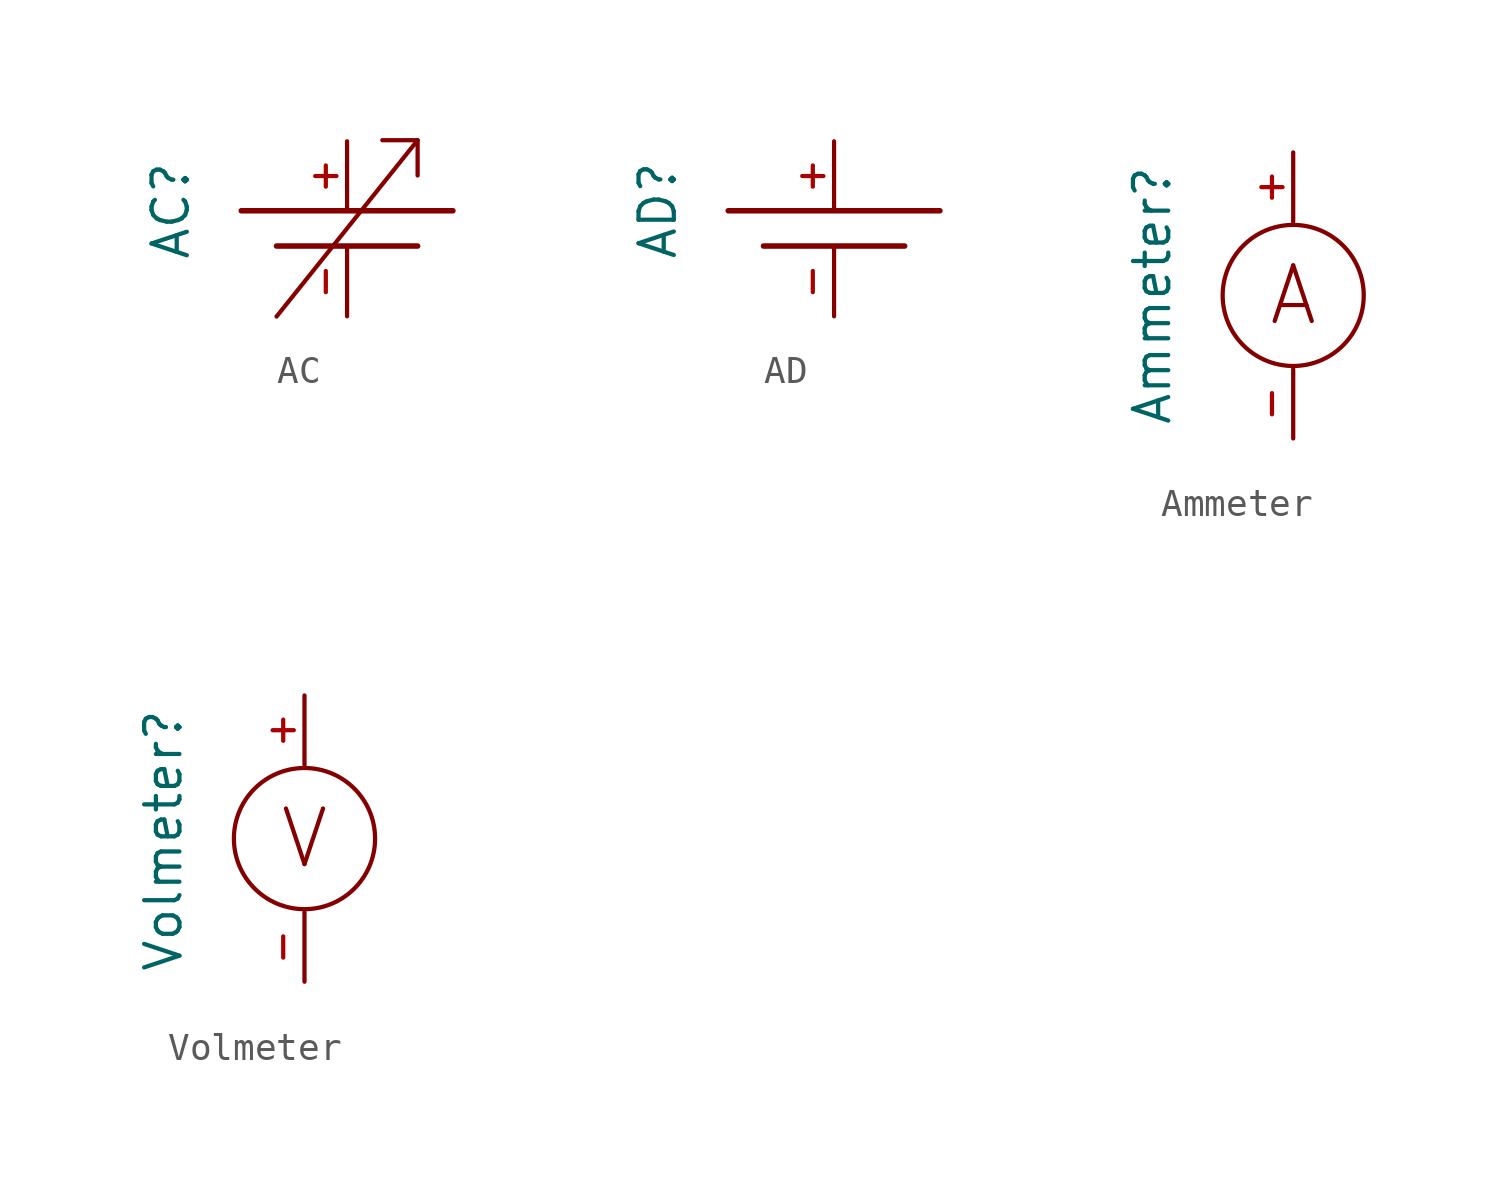
<source format=kicad_sym>
(kicad_symbol_lib
  (version 20220914)
  (generator kicad_symbol_editor)
  (symbol "AC"
    (property "Reference" "AC"
      (at -6.35 0 90)
      (effects (font (size 1.27 1.27))))
    (property "Value" ""
      (at 0 0 0)
      (effects (font (size 1.27 1.27))))
    (symbol "AC_1_1"
      (rectangle (start -3.81 0) (end 3.81 0) (stroke (width 0.2) (type default)) (fill (type outline)))
      (rectangle (start -2.54 -1.27) (end 2.54 -1.27) (stroke (width 0.2) (type default)) (fill (type outline)))
      (polyline (pts (xy -2.54 -3.81) (xy 2.54 2.54)) (stroke (width 0) (type default)) (fill (type none)))
      (polyline (pts (xy 1.27 2.54) (xy 2.54 2.54) (xy 2.54 1.27)) (stroke (width 0) (type default)) (fill (type none)))
      (pin passive line (at 0 2.5 270) (length 2.5) (name "" (effects (font (size 1 1)))) (number "+" (effects (font (size 1 1)))))
      (pin passive line (at 0 -3.8 90) (length 2.5) (name "" (effects (font (size 1 1)))) (number "-" (effects (font (size 1 1)))))))
  (symbol "AD"
    (property "Reference" "AD"
      (at -6.35 0 90)
      (effects (font (size 1.27 1.27))))
    (property "Value" ""
      (at 0 0 0)
      (effects (font (size 1.27 1.27))))
    (symbol "AD_1_1"
      (rectangle (start -3.81 -0.01) (end 3.81 -0.01) (stroke (width 0.2) (type default)) (fill (type outline)))
      (rectangle (start -2.54 -1.28) (end 2.54 -1.28) (stroke (width 0.2) (type default)) (fill (type outline)))
      (pin passive line (at 0 2.49 270) (length 2.5) (name "" (effects (font (size 1 1)))) (number "+" (effects (font (size 1 1)))))
      (pin passive line (at 0 -3.81 90) (length 2.5) (name "" (effects (font (size 1 1)))) (number "-" (effects (font (size 1 1)))))))
  (symbol "Ammeter"
    (property "Reference" "Ammeter"
      (at -5.08 0 90)
      (effects (font (size 1.27 1.27))))
    (property "Value" ""
      (at -6.35 0 0)
      (effects (font (size 1.27 1.27))))
    (symbol "Ammeter_0_1"
      (circle (center 0 0) (radius 2.54) (stroke (width 0) (type default)) (fill (type none))))
    (symbol "Ammeter_1_0"
      (text "A" (at 0 0 0) (effects (font (size 2 2)))))
    (symbol "Ammeter_1_1"
      (pin passive line (at 0 5.15 270) (length 2.5) (name "" (effects (font (size 1 1)))) (number "+" (effects (font (size 1 1)))))
      (pin passive line (at 0 -5.15 90) (length 2.5) (name "" (effects (font (size 1 1)))) (number "-" (effects (font (size 1 1)))))))
  (symbol "Volmeter"
    (property "Reference" "Volmeter"
      (at -5.08 0 90)
      (effects (font (size 1.27 1.27))))
    (property "Value" ""
      (at 0 0 0)
      (effects (font (size 1.27 1.27))))
    (symbol "Volmeter_0_1"
      (circle (center 0 0.07) (radius 2.54) (stroke (width 0) (type default)) (fill (type none))))
    (symbol "Volmeter_1_0"
      (text "V\n" (at 0 0.07 0) (effects (font (size 2 2)))))
    (symbol "Volmeter_1_1"
      (pin passive line (at 0 5.22 270) (length 2.5) (name "" (effects (font (size 1 1)))) (number "+" (effects (font (size 1 1)))))
      (pin passive line (at 0 -5.08 90) (length 2.5) (name "" (effects (font (size 1 1)))) (number "-" (effects (font (size 1 1))))))))
</source>
